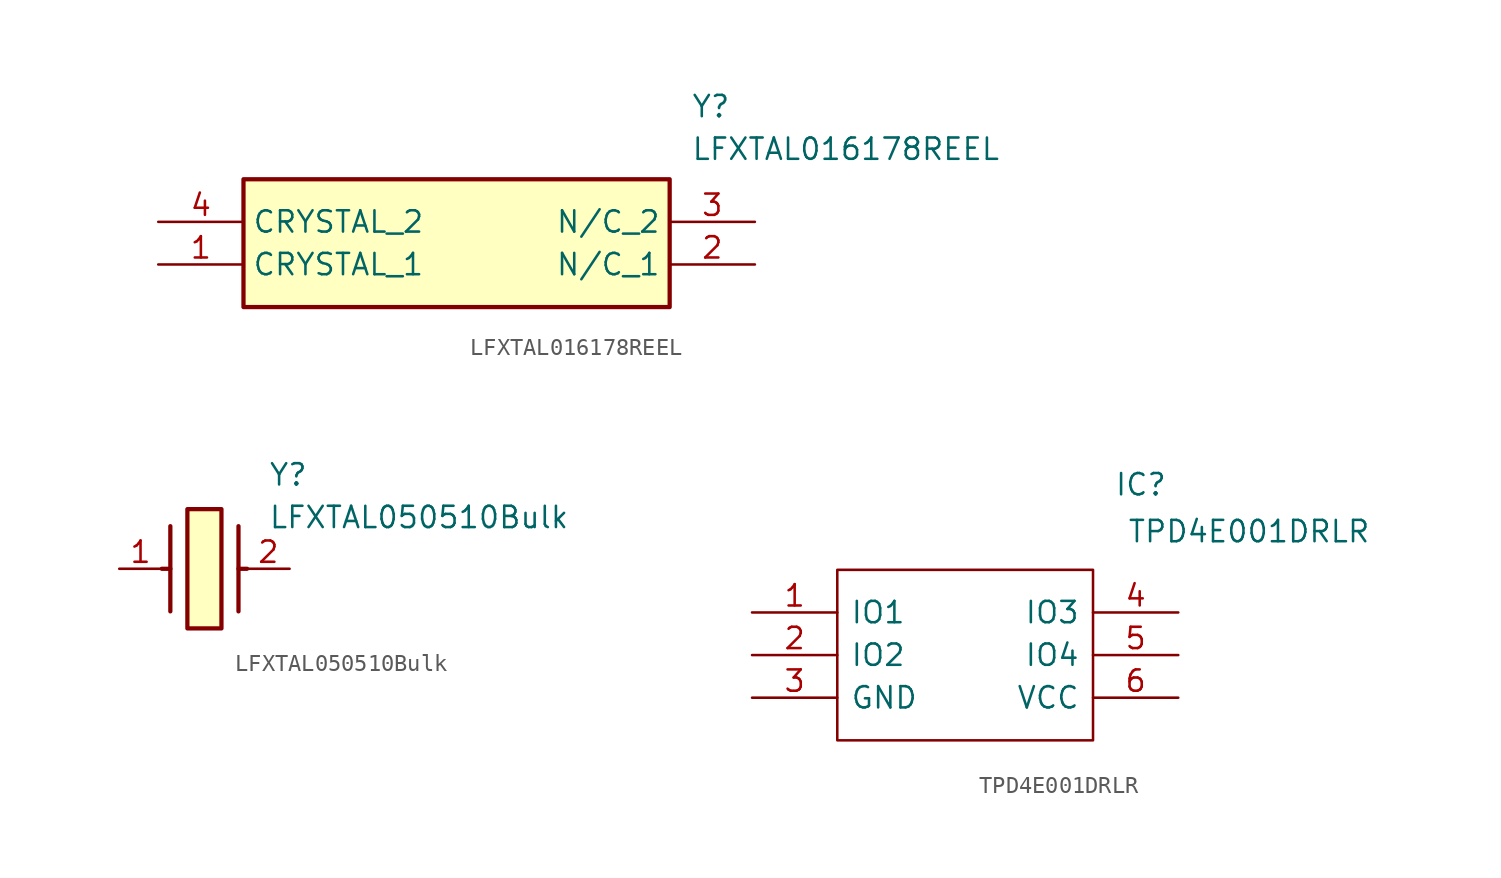
<source format=kicad_sym>
(kicad_symbol_lib
  (version 20231120)
  (generator "kicad_symbol_editor")
  (generator_version "8.0")
  (symbol "LFXTAL016178REEL"
    (property "Reference" "Y"
      (at 31.75 7.62 0)
      (effects (font (size 1.27 1.27)) (justify left top)))
    (property "Value" "LFXTAL016178REEL"
      (at 31.75 5.08 0)
      (effects (font (size 1.27 1.27)) (justify left top)))
    (symbol "LFXTAL016178REEL_1_1"
      (rectangle (start 5.08 2.54) (end 30.48 -5.08) (stroke (width 0.254) (type default)) (fill (type background)))
      (pin passive line (at 0 -2.54 0) (length 5.08) (name "CRYSTAL_1" (effects (font (size 1.27 1.27)))) (number "1" (effects (font (size 1.27 1.27)))))
      (pin passive line (at 35.56 -2.54 180) (length 5.08) (name "N/C_1" (effects (font (size 1.27 1.27)))) (number "2" (effects (font (size 1.27 1.27)))))
      (pin passive line (at 35.56 0 180) (length 5.08) (name "N/C_2" (effects (font (size 1.27 1.27)))) (number "3" (effects (font (size 1.27 1.27)))))
      (pin passive line (at 0 0 0) (length 5.08) (name "CRYSTAL_2" (effects (font (size 1.27 1.27)))) (number "4" (effects (font (size 1.27 1.27)))))))
  (symbol "LFXTAL050510Bulk"
    (pin_names hide)
    (property "Reference" "Y"
      (at 8.89 6.35 0)
      (effects (font (size 1.27 1.27)) (justify left top)))
    (property "Value" "LFXTAL050510Bulk"
      (at 8.89 3.81 0)
      (effects (font (size 1.27 1.27)) (justify left top)))
    (symbol "LFXTAL050510Bulk_1_1"
      (polyline (pts (xy 3.048 0) (xy 2.54 0)) (stroke (width 0.254) (type default)) (fill (type none)))
      (polyline (pts (xy 3.048 2.54) (xy 3.048 -2.54)) (stroke (width 0.254) (type default)) (fill (type none)))
      (polyline (pts (xy 7.112 0) (xy 7.62 0)) (stroke (width 0.254) (type default)) (fill (type none)))
      (polyline (pts (xy 7.112 2.54) (xy 7.112 -2.54)) (stroke (width 0.254) (type default)) (fill (type none)))
      (rectangle (start 4.064 3.556) (end 6.096 -3.556) (stroke (width 0.254) (type default)) (fill (type background)))
      (pin passive line (at 0 0 0) (length 2.54) (name "1" (effects (font (size 1.27 1.27)))) (number "1" (effects (font (size 1.27 1.27)))))
      (pin passive line (at 10.16 0 180) (length 2.54) (name "2" (effects (font (size 1.27 1.27)))) (number "2" (effects (font (size 1.27 1.27)))))))
  (symbol "TPD4E001DRLR"
    (pin_names
      (offset 0.762))
    (property "Reference" "IC"
      (at 21.59 7.62 0)
      (effects (font (size 1.27 1.27)) (justify left)))
    (property "Value" "TPD4E001DRLR"
      (at 22.352 4.826 0)
      (effects (font (size 1.27 1.27)) (justify left)))
    (symbol "TPD4E001DRLR_0_0"
      (pin passive line (at 0 0 0) (length 5.08) (name "IO1" (effects (font (size 1.27 1.27)))) (number "1" (effects (font (size 1.27 1.27)))))
      (pin passive line (at 0 -2.54 0) (length 5.08) (name "IO2" (effects (font (size 1.27 1.27)))) (number "2" (effects (font (size 1.27 1.27)))))
      (pin passive line (at 0 -5.08 0) (length 5.08) (name "GND" (effects (font (size 1.27 1.27)))) (number "3" (effects (font (size 1.27 1.27)))))
      (pin passive line (at 25.4 0 180) (length 5.08) (name "IO3" (effects (font (size 1.27 1.27)))) (number "4" (effects (font (size 1.27 1.27)))))
      (pin passive line (at 25.4 -2.54 180) (length 5.08) (name "IO4" (effects (font (size 1.27 1.27)))) (number "5" (effects (font (size 1.27 1.27)))))
      (pin passive line (at 25.4 -5.08 180) (length 5.08) (name "VCC" (effects (font (size 1.27 1.27)))) (number "6" (effects (font (size 1.27 1.27))))))
    (symbol "TPD4E001DRLR_0_1"
      (polyline (pts (xy 5.08 2.54) (xy 20.32 2.54) (xy 20.32 -7.62) (xy 5.08 -7.62) (xy 5.08 2.54)) (stroke (width 0.152) (type solid)) (fill (type none))))))
</source>
